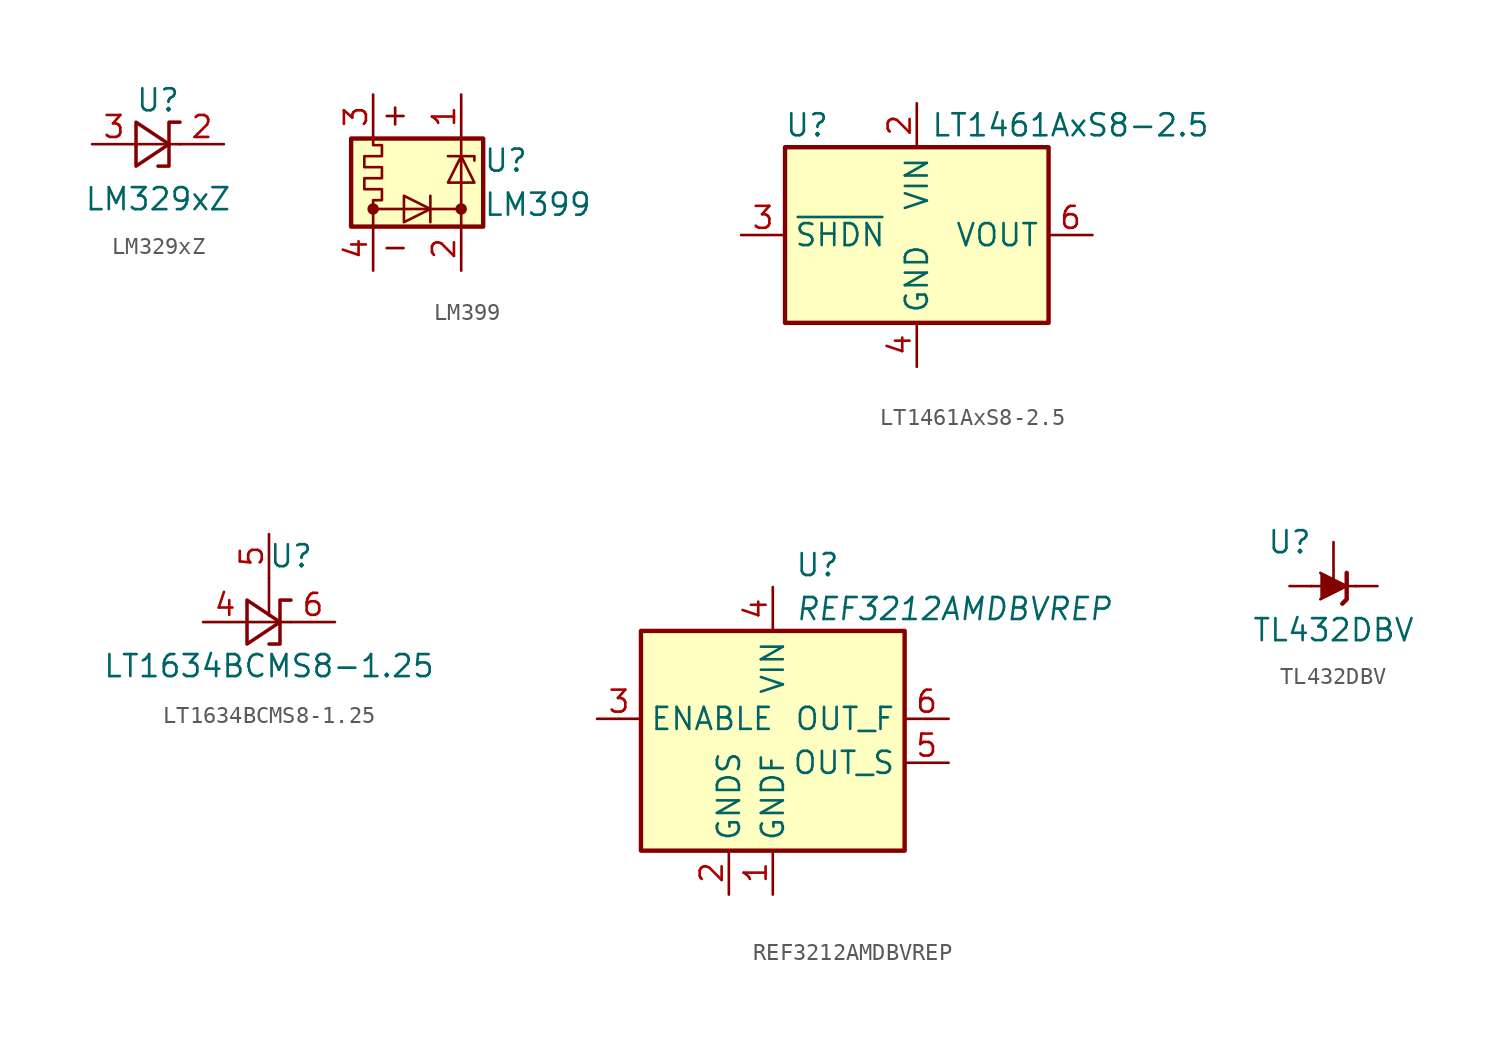
<source format=kicad_sym>
(kicad_symbol_lib
  (version 20201005)
  (generator kicad_symbol_editor)
  (symbol "Reference_Voltage:LM329xZ"
    (pin_names
      (offset 0.025) hide)
    (property "Reference" "U"
      (at 0 2.54 0)
      (effects (font (size 1.27 1.27))))
    (property "Value" "LM329xZ"
      (at 0 -3.175 0)
      (effects (font (size 1.27 1.27))))
    (symbol "LM329xZ_0_1"
      (polyline (pts (xy -1.27 0) (xy 0 0) (xy 1.27 0)) (stroke (width 0)) (fill (type none)))
      (polyline (pts (xy -1.27 -1.27) (xy 0.635 0) (xy -1.27 1.27) (xy -1.27 -1.27)) (stroke (width 0.203)) (fill (type none)))
      (polyline (pts (xy 0 -1.27) (xy 0.635 -1.27) (xy 0.635 1.27) (xy 1.27 1.27)) (stroke (width 0.203)) (fill (type none))))
    (symbol "LM329xZ_1_1"
      (pin no_connect line (at 0 0 0) (length 2.54) hide (name "NC" (effects (font (size 1.27 1.27)))) (number "1" (effects (font (size 1.27 1.27)))))
      (pin passive line (at 3.81 0 180) (length 2.54) (name "K" (effects (font (size 1.27 1.27)))) (number "2" (effects (font (size 1.27 1.27)))))
      (pin passive line (at -3.81 0 0) (length 2.54) (name "A" (effects (font (size 1.27 1.27)))) (number "3" (effects (font (size 1.27 1.27)))))))
  (symbol "Reference_Voltage:LM399"
    (pin_names
      (offset 1.016) hide)
    (property "Reference" "U"
      (at 3.81 1.27 0)
      (effects (font (size 1.27 1.27)) (justify left)))
    (property "Value" "LM399"
      (at 3.81 -1.27 0)
      (effects (font (size 1.27 1.27)) (justify left)))
    (symbol "LM399_0_0"
      (text "+" (at -1.27 3.937 0) (effects (font (size 1.27 1.27)))))
    (symbol "LM399_0_1"
      (circle (center -2.54 -1.524) (radius 0.254) (stroke (width 0)) (fill (type outline)))
      (circle (center 2.54 -1.524) (radius 0.254) (stroke (width 0)) (fill (type outline)))
      (rectangle (start -3.81 2.54) (end 3.81 -2.54) (stroke (width 0.254)) (fill (type background)))
      (polyline (pts (xy -2.54 -2.54) (xy -2.54 -1.016) (xy -2.032 -1.016) (xy -2.032 -0.381) (xy -3.048 -0.381) (xy -3.048 0.254) (xy -2.032 0.254) (xy -2.032 0.889) (xy -3.048 0.889) (xy -3.048 1.524) (xy -2.032 1.524) (xy -2.032 2.159) (xy -2.54 2.159) (xy -2.54 2.54)) (stroke (width 0)) (fill (type none))))
    (symbol "LM399_1_1"
      (text "-" (at -1.27 -3.683 0) (effects (font (size 1.27 1.27))))
      (polyline (pts (xy 2.54 -1.524) (xy -2.54 -1.524)) (stroke (width 0)) (fill (type none)))
      (polyline (pts (xy 2.54 2.54) (xy 2.54 -2.54)) (stroke (width 0)) (fill (type none)))
      (polyline (pts (xy 0.762 -0.762) (xy 0.762 -1.524) (xy 0.762 -2.286)) (stroke (width 0)) (fill (type none)))
      (polyline (pts (xy 1.778 1.524) (xy 3.302 1.524) (xy 3.302 1.27)) (stroke (width 0)) (fill (type none)))
      (polyline (pts (xy -0.762 -0.762) (xy -0.762 -2.286) (xy 0.762 -1.524) (xy -0.762 -0.762)) (stroke (width 0)) (fill (type none)))
      (polyline (pts (xy 1.778 0) (xy 3.302 0) (xy 2.54 1.524) (xy 1.778 0)) (stroke (width 0)) (fill (type none)))
      (pin passive line (at 2.54 5.08 270) (length 2.54) (name "~" (effects (font (size 1.27 1.27)))) (number "1" (effects (font (size 1.27 1.27)))))
      (pin passive line (at 2.54 -5.08 90) (length 2.54) (name "~" (effects (font (size 1.27 1.27)))) (number "2" (effects (font (size 1.27 1.27)))))
      (pin power_in line (at -2.54 5.08 270) (length 2.54) (name "~" (effects (font (size 1.27 1.27)))) (number "3" (effects (font (size 1.27 1.27)))))
      (pin power_in line (at -2.54 -5.08 90) (length 2.54) (name "~" (effects (font (size 1.27 1.27)))) (number "4" (effects (font (size 1.27 1.27)))))))
  (symbol "Reference_Voltage:LT1461AxS8-2.5"
    (property "Reference" "U"
      (at -6.35 6.35 0)
      (effects (font (size 1.27 1.27))))
    (property "Value" "LT1461AxS8-2.5"
      (at 8.89 6.35 0)
      (effects (font (size 1.27 1.27))))
    (symbol "LT1461AxS8-2.5_1_1"
      (rectangle (start -7.62 5.08) (end 7.62 -5.08) (stroke (width 0.254)) (fill (type background)))
      (pin no_connect line (at 7.62 -2.54 180) (length 2.54) hide (name "DNC" (effects (font (size 1.27 1.27)))) (number "1" (effects (font (size 1.27 1.27)))))
      (pin power_in line (at 0 7.62 270) (length 2.54) (name "VIN" (effects (font (size 1.27 1.27)))) (number "2" (effects (font (size 1.27 1.27)))))
      (pin input line (at -10.16 0 0) (length 2.54) (name "~SHDN" (effects (font (size 1.27 1.27)))) (number "3" (effects (font (size 1.27 1.27)))))
      (pin power_in line (at 0 -7.62 90) (length 2.54) (name "GND" (effects (font (size 1.27 1.27)))) (number "4" (effects (font (size 1.27 1.27)))))
      (pin no_connect line (at -7.62 -2.54 0) (length 2.54) hide (name "DNC" (effects (font (size 1.27 1.27)))) (number "5" (effects (font (size 1.27 1.27)))))
      (pin power_out line (at 10.16 0 180) (length 2.54) (name "VOUT" (effects (font (size 1.27 1.27)))) (number "6" (effects (font (size 1.27 1.27)))))
      (pin no_connect line (at -7.62 2.54 0) (length 2.54) hide (name "DNC" (effects (font (size 1.27 1.27)))) (number "7" (effects (font (size 1.27 1.27)))))
      (pin no_connect line (at 7.62 2.54 180) (length 2.54) hide (name "DNC" (effects (font (size 1.27 1.27)))) (number "8" (effects (font (size 1.27 1.27)))))))
  (symbol "Reference_Voltage:LT1634BCMS8-1.25"
    (pin_names
      (offset 0.254) hide)
    (property "Reference" "U"
      (at 1.27 3.81 0)
      (effects (font (size 1.27 1.27))))
    (property "Value" "LT1634BCMS8-1.25"
      (at 0 -2.54 0)
      (effects (font (size 1.27 1.27))))
    (symbol "LT1634BCMS8-1.25_1_1"
      (polyline (pts (xy 0 2.54) (xy 0 0.381)) (stroke (width 0)) (fill (type none)))
      (polyline (pts (xy -1.27 0) (xy 0 0) (xy 1.27 0)) (stroke (width 0)) (fill (type none)))
      (polyline (pts (xy -1.27 -1.27) (xy 0.635 0) (xy -1.27 1.27) (xy -1.27 -1.27)) (stroke (width 0.203)) (fill (type none)))
      (polyline (pts (xy 0 -1.27) (xy 0.635 -1.27) (xy 0.635 1.27) (xy 1.27 1.27)) (stroke (width 0.203)) (fill (type none)))
      (pin passive line (at -3.81 0 0) (length 2.54) (name "A" (effects (font (size 1.27 1.27)))) (number "4" (effects (font (size 1.27 1.27)))))
      (pin input line (at 0 5.08 270) (length 2.54) (name "Test" (effects (font (size 1.27 1.27)))) (number "5" (effects (font (size 1.27 1.27)))))
      (pin passive line (at 3.81 0 180) (length 2.54) (name "K" (effects (font (size 1.27 1.27)))) (number "6" (effects (font (size 1.27 1.27)))))))
  (symbol "Reference_Voltage:REF3212AMDBVREP"
    (property "Reference" "U"
      (at 1.27 8.89 0)
      (effects (font (size 1.27 1.27)) (justify left)))
    (property "Value" "REF3212AMDBVREP"
      (at 1.27 6.35 0)
      (effects (font (size 1.27 1.27) italic) (justify left)))
    (symbol "REF3212AMDBVREP_0_1"
      (rectangle (start -7.62 5.08) (end 7.62 -7.62) (stroke (width 0.254)) (fill (type background))))
    (symbol "REF3212AMDBVREP_1_1"
      (pin power_in line (at 0 -10.16 90) (length 2.54) (name "GNDF" (effects (font (size 1.27 1.27)))) (number "1" (effects (font (size 1.27 1.27)))))
      (pin input line (at -2.54 -10.16 90) (length 2.54) (name "GNDS" (effects (font (size 1.27 1.27)))) (number "2" (effects (font (size 1.27 1.27)))))
      (pin input line (at -10.16 0 0) (length 2.54) (name "ENABLE" (effects (font (size 1.27 1.27)))) (number "3" (effects (font (size 1.27 1.27)))))
      (pin power_in line (at 0 7.62 270) (length 2.54) (name "VIN" (effects (font (size 1.27 1.27)))) (number "4" (effects (font (size 1.27 1.27)))))
      (pin input line (at 10.16 -2.54 180) (length 2.54) (name "OUT_S" (effects (font (size 1.27 1.27)))) (number "5" (effects (font (size 1.27 1.27)))))
      (pin output line (at 10.16 0 180) (length 2.54) (name "OUT_F" (effects (font (size 1.27 1.27)))) (number "6" (effects (font (size 1.27 1.27)))))))
  (symbol "Reference_Voltage:TL432DBV"
    (pin_numbers hide)
    (pin_names hide)
    (property "Reference" "U"
      (at -2.54 2.54 0)
      (effects (font (size 1.27 1.27))))
    (property "Value" "TL432DBV"
      (at 0 -2.54 0)
      (effects (font (size 1.27 1.27))))
    (symbol "TL432DBV_0_1"
      (polyline (pts (xy -1.27 0) (xy 0 0) (xy 1.27 0)) (stroke (width 0)) (fill (type none)))
      (polyline (pts (xy -0.762 0.762) (xy 0.762 0) (xy -0.762 -0.762)) (stroke (width 0)) (fill (type outline)))
      (polyline (pts (xy 0.508 -1.016) (xy 0.762 -0.762) (xy 0.762 0.762) (xy 0.762 0.762)) (stroke (width 0.254)) (fill (type none))))
    (symbol "TL432DBV_1_1"
      (pin passive line (at -2.54 0 0) (length 1.27) (name "A" (effects (font (size 1.27 1.27)))) (number "2" (effects (font (size 1.27 1.27)))))
      (pin passive line (at 2.54 0 180) (length 1.27) (name "K" (effects (font (size 1.27 1.27)))) (number "4" (effects (font (size 1.27 1.27)))))
      (pin passive line (at 0 2.54 270) (length 2.54) (name "REF" (effects (font (size 1.27 1.27)))) (number "5" (effects (font (size 1.27 1.27))))))))
</source>
